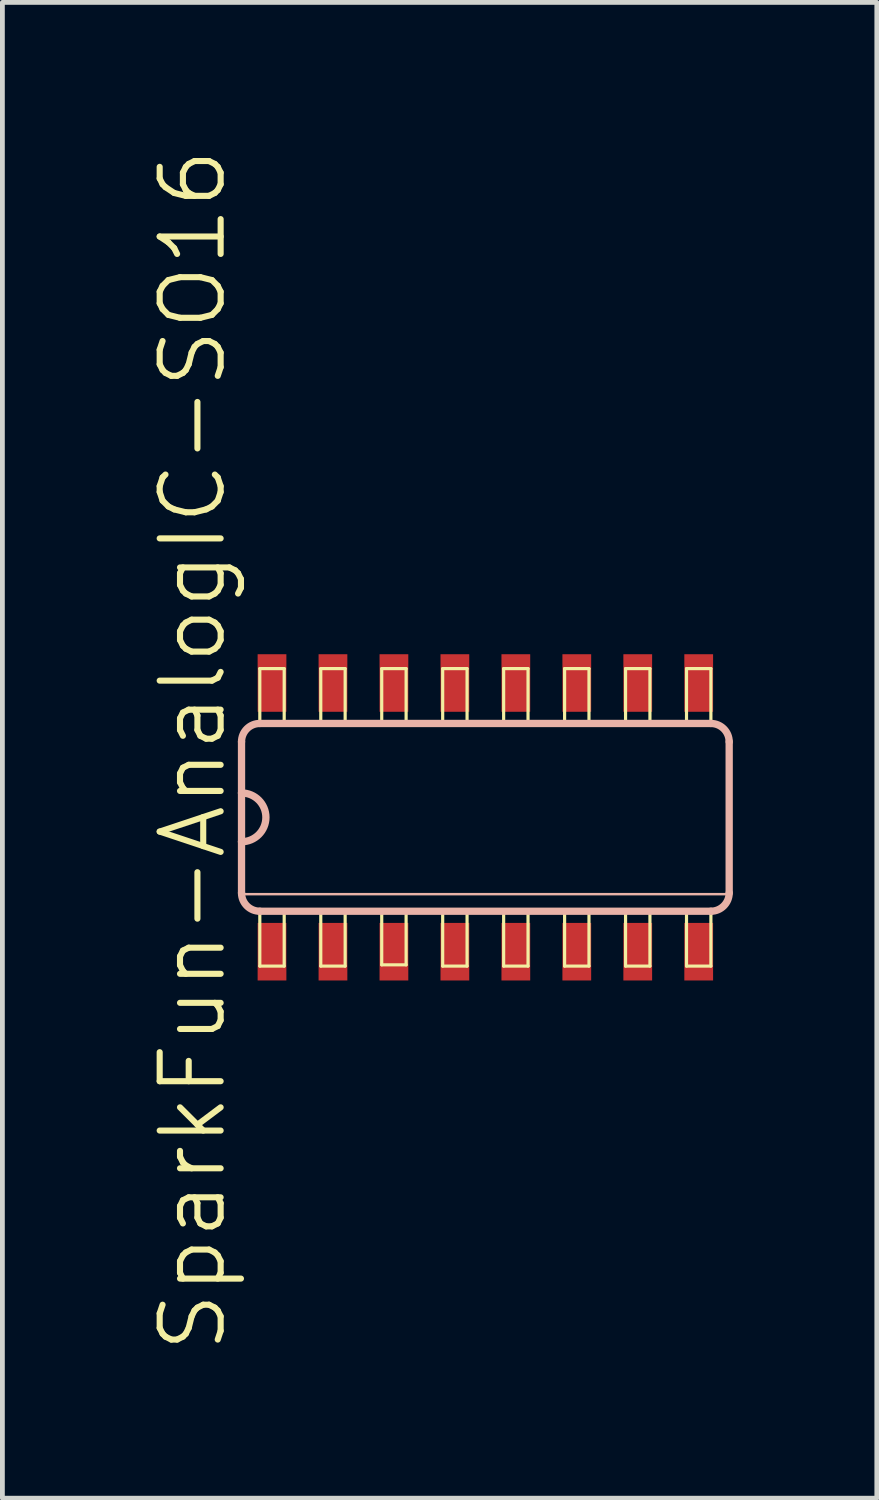
<source format=kicad_pcb>
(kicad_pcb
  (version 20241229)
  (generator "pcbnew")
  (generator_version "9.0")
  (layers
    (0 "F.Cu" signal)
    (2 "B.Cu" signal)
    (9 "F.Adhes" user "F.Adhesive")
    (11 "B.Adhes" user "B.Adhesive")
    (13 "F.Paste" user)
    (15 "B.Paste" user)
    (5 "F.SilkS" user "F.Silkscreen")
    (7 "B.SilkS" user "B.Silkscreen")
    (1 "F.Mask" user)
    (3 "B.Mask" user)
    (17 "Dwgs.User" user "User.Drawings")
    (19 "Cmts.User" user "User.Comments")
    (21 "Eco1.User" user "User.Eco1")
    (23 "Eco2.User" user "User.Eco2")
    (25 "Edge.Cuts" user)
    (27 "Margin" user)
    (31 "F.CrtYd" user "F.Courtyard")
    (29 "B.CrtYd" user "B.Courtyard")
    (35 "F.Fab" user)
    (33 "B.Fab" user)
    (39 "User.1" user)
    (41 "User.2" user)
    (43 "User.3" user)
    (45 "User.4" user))
  (footprint "SparkFun-AnalogIC-SO16"
    (layer "F.Cu")
    (at 7.062 13.979)
    (property "Reference" "SparkFun-AnalogIC-SO16" (at -6.096 -1.397 90) (layer "F.SilkS") (effects (font (size 1.27 1.27) (thickness 0.127))))
    (attr smd)
    (fp_line (start -4.699 -3.099) (end -4.191 -3.099) (stroke (width 0.066) (type solid)) (layer "F.SilkS"))
    (fp_line (start -4.699 -1.956) (end -4.699 -3.099) (stroke (width 0.066) (type solid)) (layer "F.SilkS"))
    (fp_line (start -4.699 -1.956) (end -4.191 -1.956) (stroke (width 0.066) (type solid)) (layer "F.SilkS"))
    (fp_line (start -4.699 1.956) (end -4.191 1.956) (stroke (width 0.066) (type solid)) (layer "F.SilkS"))
    (fp_line (start -4.699 3.099) (end -4.699 1.956) (stroke (width 0.066) (type solid)) (layer "F.SilkS"))
    (fp_line (start -4.699 3.099) (end -4.191 3.099) (stroke (width 0.066) (type solid)) (layer "F.SilkS"))
    (fp_line (start -4.191 -1.956) (end -4.191 -3.099) (stroke (width 0.066) (type solid)) (layer "F.SilkS"))
    (fp_line (start -4.191 3.099) (end -4.191 1.956) (stroke (width 0.066) (type solid)) (layer "F.SilkS"))
    (fp_line (start -3.429 -3.099) (end -2.921 -3.099) (stroke (width 0.066) (type solid)) (layer "F.SilkS"))
    (fp_line (start -3.429 -1.956) (end -3.429 -3.099) (stroke (width 0.066) (type solid)) (layer "F.SilkS"))
    (fp_line (start -3.429 -1.956) (end -2.921 -1.956) (stroke (width 0.066) (type solid)) (layer "F.SilkS"))
    (fp_line (start -3.429 1.956) (end -2.921 1.956) (stroke (width 0.066) (type solid)) (layer "F.SilkS"))
    (fp_line (start -3.429 3.099) (end -3.429 1.956) (stroke (width 0.066) (type solid)) (layer "F.SilkS"))
    (fp_line (start -3.429 3.099) (end -2.921 3.099) (stroke (width 0.066) (type solid)) (layer "F.SilkS"))
    (fp_line (start -2.921 -1.956) (end -2.921 -3.099) (stroke (width 0.066) (type solid)) (layer "F.SilkS"))
    (fp_line (start -2.921 3.099) (end -2.921 1.956) (stroke (width 0.066) (type solid)) (layer "F.SilkS"))
    (fp_line (start -2.159 -3.099) (end -1.651 -3.099) (stroke (width 0.066) (type solid)) (layer "F.SilkS"))
    (fp_line (start -2.159 -1.956) (end -2.159 -3.099) (stroke (width 0.066) (type solid)) (layer "F.SilkS"))
    (fp_line (start -2.159 -1.956) (end -1.651 -1.956) (stroke (width 0.066) (type solid)) (layer "F.SilkS"))
    (fp_line (start -2.159 1.93) (end -1.651 1.93) (stroke (width 0.066) (type solid)) (layer "F.SilkS"))
    (fp_line (start -2.159 3.073) (end -2.159 1.93) (stroke (width 0.066) (type solid)) (layer "F.SilkS"))
    (fp_line (start -2.159 3.073) (end -1.651 3.073) (stroke (width 0.066) (type solid)) (layer "F.SilkS"))
    (fp_line (start -1.651 -1.956) (end -1.651 -3.099) (stroke (width 0.066) (type solid)) (layer "F.SilkS"))
    (fp_line (start -1.651 3.073) (end -1.651 1.93) (stroke (width 0.066) (type solid)) (layer "F.SilkS"))
    (fp_line (start -0.889 -3.099) (end -0.381 -3.099) (stroke (width 0.066) (type solid)) (layer "F.SilkS"))
    (fp_line (start -0.889 -1.956) (end -0.889 -3.099) (stroke (width 0.066) (type solid)) (layer "F.SilkS"))
    (fp_line (start -0.889 -1.956) (end -0.381 -1.956) (stroke (width 0.066) (type solid)) (layer "F.SilkS"))
    (fp_line (start -0.889 1.956) (end -0.381 1.956) (stroke (width 0.066) (type solid)) (layer "F.SilkS"))
    (fp_line (start -0.889 3.099) (end -0.889 1.956) (stroke (width 0.066) (type solid)) (layer "F.SilkS"))
    (fp_line (start -0.889 3.099) (end -0.381 3.099) (stroke (width 0.066) (type solid)) (layer "F.SilkS"))
    (fp_line (start -0.381 -1.956) (end -0.381 -3.099) (stroke (width 0.066) (type solid)) (layer "F.SilkS"))
    (fp_line (start -0.381 3.099) (end -0.381 1.956) (stroke (width 0.066) (type solid)) (layer "F.SilkS"))
    (fp_line (start 0.381 -3.099) (end 0.889 -3.099) (stroke (width 0.066) (type solid)) (layer "F.SilkS"))
    (fp_line (start 0.381 -1.956) (end 0.381 -3.099) (stroke (width 0.066) (type solid)) (layer "F.SilkS"))
    (fp_line (start 0.381 -1.956) (end 0.889 -1.956) (stroke (width 0.066) (type solid)) (layer "F.SilkS"))
    (fp_line (start 0.381 1.956) (end 0.889 1.956) (stroke (width 0.066) (type solid)) (layer "F.SilkS"))
    (fp_line (start 0.381 3.099) (end 0.381 1.956) (stroke (width 0.066) (type solid)) (layer "F.SilkS"))
    (fp_line (start 0.381 3.099) (end 0.889 3.099) (stroke (width 0.066) (type solid)) (layer "F.SilkS"))
    (fp_line (start 0.889 -1.956) (end 0.889 -3.099) (stroke (width 0.066) (type solid)) (layer "F.SilkS"))
    (fp_line (start 0.889 3.099) (end 0.889 1.956) (stroke (width 0.066) (type solid)) (layer "F.SilkS"))
    (fp_line (start 1.651 -3.099) (end 2.159 -3.099) (stroke (width 0.066) (type solid)) (layer "F.SilkS"))
    (fp_line (start 1.651 -1.956) (end 1.651 -3.099) (stroke (width 0.066) (type solid)) (layer "F.SilkS"))
    (fp_line (start 1.651 -1.956) (end 2.159 -1.956) (stroke (width 0.066) (type solid)) (layer "F.SilkS"))
    (fp_line (start 1.651 1.956) (end 2.159 1.956) (stroke (width 0.066) (type solid)) (layer "F.SilkS"))
    (fp_line (start 1.651 3.099) (end 1.651 1.956) (stroke (width 0.066) (type solid)) (layer "F.SilkS"))
    (fp_line (start 1.651 3.099) (end 2.159 3.099) (stroke (width 0.066) (type solid)) (layer "F.SilkS"))
    (fp_line (start 2.159 -1.956) (end 2.159 -3.099) (stroke (width 0.066) (type solid)) (layer "F.SilkS"))
    (fp_line (start 2.159 3.099) (end 2.159 1.956) (stroke (width 0.066) (type solid)) (layer "F.SilkS"))
    (fp_line (start 2.921 -3.099) (end 3.429 -3.099) (stroke (width 0.066) (type solid)) (layer "F.SilkS"))
    (fp_line (start 2.921 -1.956) (end 2.921 -3.099) (stroke (width 0.066) (type solid)) (layer "F.SilkS"))
    (fp_line (start 2.921 -1.956) (end 3.429 -1.956) (stroke (width 0.066) (type solid)) (layer "F.SilkS"))
    (fp_line (start 2.921 1.956) (end 3.429 1.956) (stroke (width 0.066) (type solid)) (layer "F.SilkS"))
    (fp_line (start 2.921 3.099) (end 2.921 1.956) (stroke (width 0.066) (type solid)) (layer "F.SilkS"))
    (fp_line (start 2.921 3.099) (end 3.429 3.099) (stroke (width 0.066) (type solid)) (layer "F.SilkS"))
    (fp_line (start 3.429 -1.956) (end 3.429 -3.099) (stroke (width 0.066) (type solid)) (layer "F.SilkS"))
    (fp_line (start 3.429 3.099) (end 3.429 1.956) (stroke (width 0.066) (type solid)) (layer "F.SilkS"))
    (fp_line (start 4.191 -3.099) (end 4.699 -3.099) (stroke (width 0.066) (type solid)) (layer "F.SilkS"))
    (fp_line (start 4.191 -1.956) (end 4.191 -3.099) (stroke (width 0.066) (type solid)) (layer "F.SilkS"))
    (fp_line (start 4.191 -1.956) (end 4.699 -1.956) (stroke (width 0.066) (type solid)) (layer "F.SilkS"))
    (fp_line (start 4.191 1.956) (end 4.699 1.956) (stroke (width 0.066) (type solid)) (layer "F.SilkS"))
    (fp_line (start 4.191 3.099) (end 4.191 1.956) (stroke (width 0.066) (type solid)) (layer "F.SilkS"))
    (fp_line (start 4.191 3.099) (end 4.699 3.099) (stroke (width 0.066) (type solid)) (layer "F.SilkS"))
    (fp_line (start 4.699 -1.956) (end 4.699 -3.099) (stroke (width 0.066) (type solid)) (layer "F.SilkS"))
    (fp_line (start 4.699 3.099) (end 4.699 1.956) (stroke (width 0.066) (type solid)) (layer "F.SilkS"))
    (fp_line (start -5.08 -1.575) (end -5.08 -0.508) (stroke (width 0.152) (type solid)) (layer "B.SilkS"))
    (fp_line (start -5.08 -0.508) (end -5.08 0.508) (stroke (width 0.152) (type solid)) (layer "B.SilkS"))
    (fp_line (start -5.08 0.508) (end -5.08 1.575) (stroke (width 0.152) (type solid)) (layer "B.SilkS"))
    (fp_line (start -5.08 1.6) (end 5.08 1.6) (stroke (width 0.051) (type solid)) (layer "B.SilkS"))
    (fp_line (start -4.699 1.956) (end 4.699 1.956) (stroke (width 0.152) (type solid)) (layer "B.SilkS"))
    (fp_line (start 4.699 -1.956) (end -4.699 -1.956) (stroke (width 0.152) (type solid)) (layer "B.SilkS"))
    (fp_line (start 5.08 1.575) (end 5.08 -1.575) (stroke (width 0.152) (type solid)) (layer "B.SilkS"))
    (fp_arc (start -5.08 -1.5748) (mid -4.968408 -1.844208) (end -4.699 -1.9558) (stroke (width 0.1524) (type solid)) (layer "B.SilkS"))
    (fp_arc (start -5.08 -0.508) (mid -4.572 0) (end -5.08 0.508) (stroke (width 0.1524) (type solid)) (layer "B.SilkS"))
    (fp_arc (start -4.699 1.9558) (mid -4.968408 1.844208) (end -5.08 1.5748) (stroke (width 0.1524) (type solid)) (layer "B.SilkS"))
    (fp_arc (start 4.699 -1.9558) (mid 4.968408 -1.844208) (end 5.08 -1.5748) (stroke (width 0.1524) (type solid)) (layer "B.SilkS"))
    (fp_arc (start 5.08 1.5748) (mid 4.968408 1.844208) (end 4.699 1.9558) (stroke (width 0.1524) (type solid)) (layer "B.SilkS"))
    (pad "1" smd rect (at -4.445 2.799) (size 0.599 1.199) (layers "F.Cu" "F.Mask" "F.Paste"))
    (pad "2" smd rect (at -3.175 2.799) (size 0.599 1.199) (layers "F.Cu" "F.Mask" "F.Paste"))
    (pad "3" smd rect (at -1.905 2.799) (size 0.599 1.199) (layers "F.Cu" "F.Mask" "F.Paste"))
    (pad "4" smd rect (at -0.635 2.799) (size 0.599 1.199) (layers "F.Cu" "F.Mask" "F.Paste"))
    (pad "5" smd rect (at 0.635 2.799) (size 0.599 1.199) (layers "F.Cu" "F.Mask" "F.Paste"))
    (pad "6" smd rect (at 1.905 2.799) (size 0.599 1.199) (layers "F.Cu" "F.Mask" "F.Paste"))
    (pad "7" smd rect (at 3.175 2.799) (size 0.599 1.199) (layers "F.Cu" "F.Mask" "F.Paste"))
    (pad "8" smd rect (at 4.445 2.799) (size 0.599 1.199) (layers "F.Cu" "F.Mask" "F.Paste"))
    (pad "9" smd rect (at 4.445 -2.799) (size 0.599 1.199) (layers "F.Cu" "F.Mask" "F.Paste"))
    (pad "10" smd rect (at 3.175 -2.799) (size 0.599 1.199) (layers "F.Cu" "F.Mask" "F.Paste"))
    (pad "11" smd rect (at 1.905 -2.799) (size 0.599 1.199) (layers "F.Cu" "F.Mask" "F.Paste"))
    (pad "12" smd rect (at 0.635 -2.799) (size 0.599 1.199) (layers "F.Cu" "F.Mask" "F.Paste"))
    (pad "13" smd rect (at -0.635 -2.799) (size 0.599 1.199) (layers "F.Cu" "F.Mask" "F.Paste"))
    (pad "14" smd rect (at -1.905 -2.799) (size 0.599 1.199) (layers "F.Cu" "F.Mask" "F.Paste"))
    (pad "15" smd rect (at -3.175 -2.799) (size 0.599 1.199) (layers "F.Cu" "F.Mask" "F.Paste"))
    (pad "16" smd rect (at -4.445 -2.799) (size 0.599 1.199) (layers "F.Cu" "F.Mask" "F.Paste")))
  (gr_rect
    (start -3 -3)
    (end 15.218 28.164)
    (stroke (width 0.1) (type default))
    (fill no)
    (layer "Edge.Cuts")))
</source>
